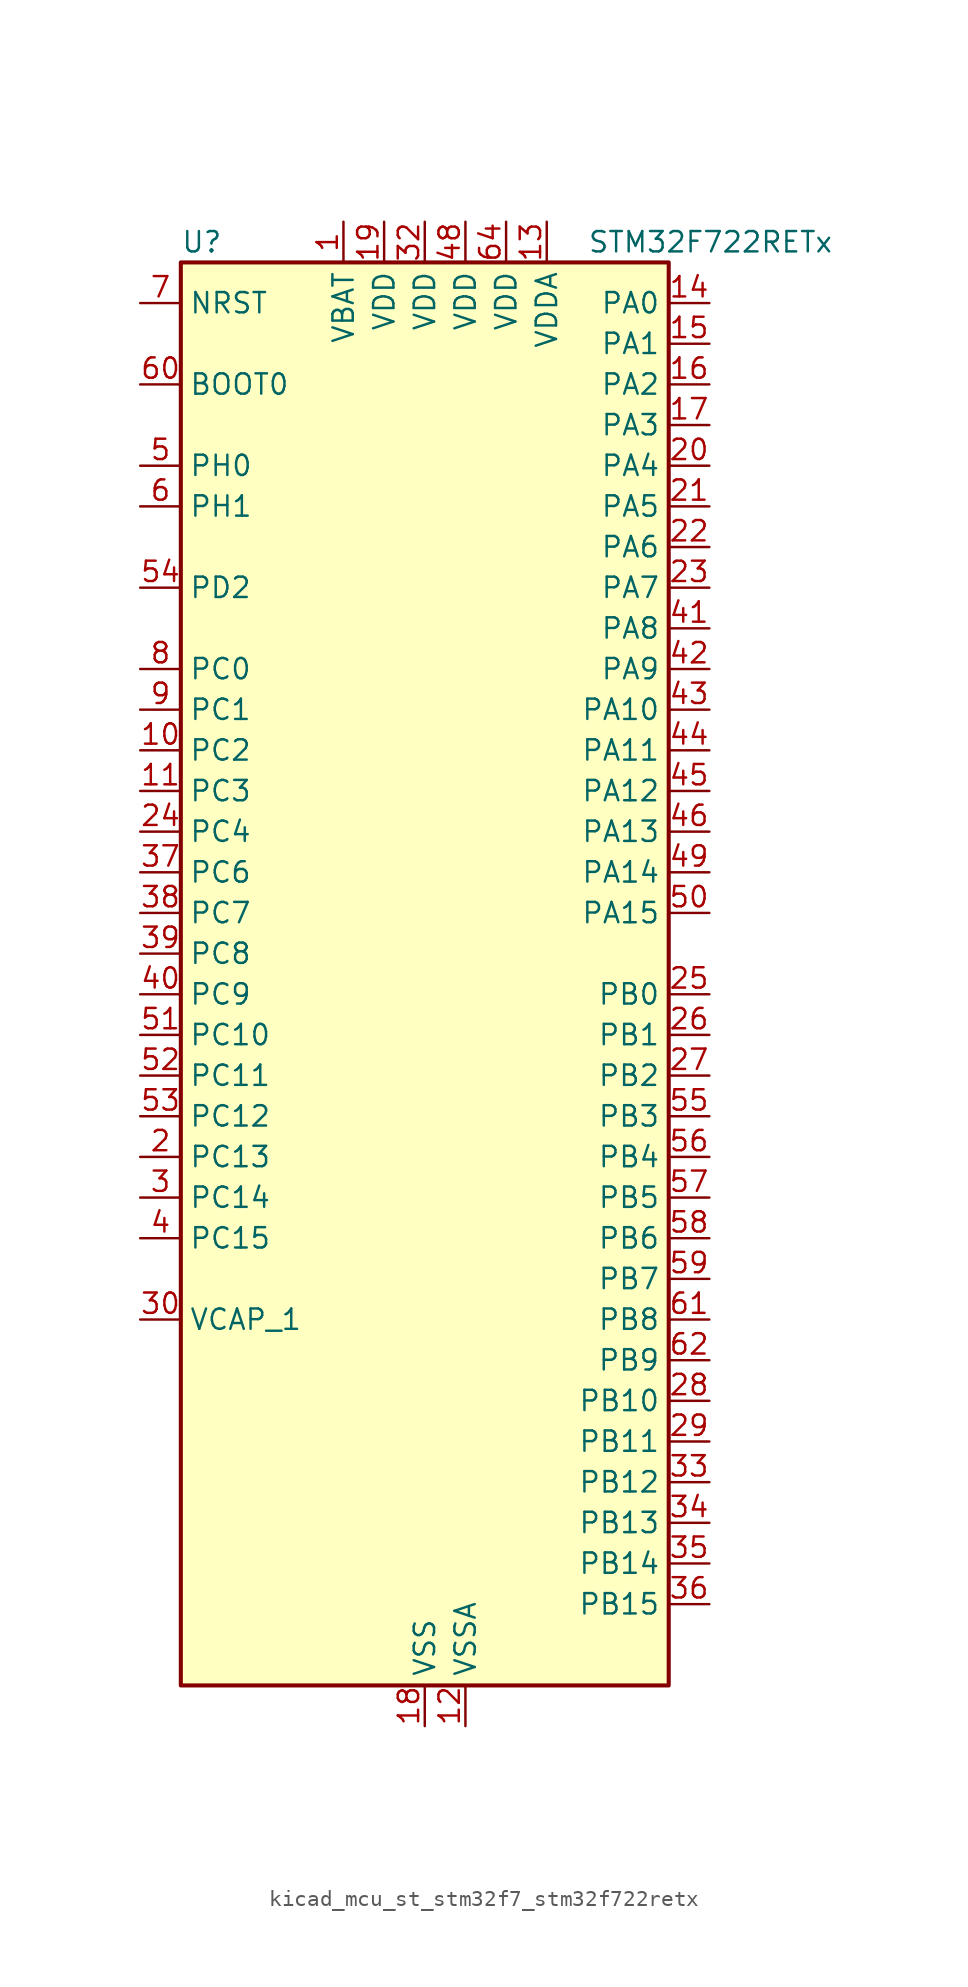
<source format=kicad_sym>
(kicad_symbol_lib
  (version 20220914)
  (generator kicad_symbol_editor)
  (symbol "kicad_mcu_st_stm32f7_stm32f722retx"
    (property "Reference" "U"
      (at -15.24 46.99 0)
      (effects (font (size 1.27 1.27)) (justify left)))
    (property "Value" "STM32F722RETx"
      (at 10.16 46.99 0)
      (effects (font (size 1.27 1.27)) (justify left)))
    (property "ki_locked" ""
      (at 0 0 0)
      (effects (font (size 1.27 1.27))))
    (symbol "kicad_mcu_st_stm32f7_stm32f722retx_0_1"
      (rectangle (start -15.24 -43.18) (end 15.24 45.72) (stroke (width 0.254) (type default)) (fill (type background))))
    (symbol "kicad_mcu_st_stm32f7_stm32f722retx_1_1"
      (pin power_in line (at -5.08 48.26 270) (length 2.54) (name "VBAT" (effects (font (size 1.27 1.27)))) (number "1" (effects (font (size 1.27 1.27)))))
      (pin bidirectional line (at -17.78 15.24 0) (length 2.54) (name "PC2" (effects (font (size 1.27 1.27)))) (number "10" (effects (font (size 1.27 1.27)))) (alternate "ADC1_IN12" bidirectional line) (alternate "ADC2_IN12" bidirectional line) (alternate "ADC3_IN12" bidirectional line) (alternate "SPI2_MISO" bidirectional line) (alternate "USB_OTG_HS_ULPI_DIR" bidirectional line))
      (pin bidirectional line (at -17.78 12.7 0) (length 2.54) (name "PC3" (effects (font (size 1.27 1.27)))) (number "11" (effects (font (size 1.27 1.27)))) (alternate "ADC1_IN13" bidirectional line) (alternate "ADC2_IN13" bidirectional line) (alternate "ADC3_IN13" bidirectional line) (alternate "I2S2_SD" bidirectional line) (alternate "SPI2_MOSI" bidirectional line) (alternate "USB_OTG_HS_ULPI_NXT" bidirectional line))
      (pin power_in line (at 2.54 -45.72 90) (length 2.54) (name "VSSA" (effects (font (size 1.27 1.27)))) (number "12" (effects (font (size 1.27 1.27)))))
      (pin power_in line (at 7.62 48.26 270) (length 2.54) (name "VDDA" (effects (font (size 1.27 1.27)))) (number "13" (effects (font (size 1.27 1.27)))))
      (pin bidirectional line (at 17.78 43.18 180) (length 2.54) (name "PA0" (effects (font (size 1.27 1.27)))) (number "14" (effects (font (size 1.27 1.27)))) (alternate "ADC1_IN0" bidirectional line) (alternate "ADC2_IN0" bidirectional line) (alternate "ADC3_IN0" bidirectional line) (alternate "SAI2_SD_B" bidirectional line) (alternate "SYS_WKUP1" bidirectional line) (alternate "TIM2_CH1" bidirectional line) (alternate "TIM2_ETR" bidirectional line) (alternate "TIM5_CH1" bidirectional line) (alternate "TIM8_ETR" bidirectional line) (alternate "UART4_TX" bidirectional line) (alternate "USART2_CTS" bidirectional line))
      (pin bidirectional line (at 17.78 40.64 180) (length 2.54) (name "PA1" (effects (font (size 1.27 1.27)))) (number "15" (effects (font (size 1.27 1.27)))) (alternate "ADC1_IN1" bidirectional line) (alternate "ADC2_IN1" bidirectional line) (alternate "ADC3_IN1" bidirectional line) (alternate "QUADSPI_BK1_IO3" bidirectional line) (alternate "SAI2_MCLK_B" bidirectional line) (alternate "TIM2_CH2" bidirectional line) (alternate "TIM5_CH2" bidirectional line) (alternate "UART4_RX" bidirectional line) (alternate "USART2_DE" bidirectional line) (alternate "USART2_RTS" bidirectional line))
      (pin bidirectional line (at 17.78 38.1 180) (length 2.54) (name "PA2" (effects (font (size 1.27 1.27)))) (number "16" (effects (font (size 1.27 1.27)))) (alternate "ADC1_IN2" bidirectional line) (alternate "ADC2_IN2" bidirectional line) (alternate "ADC3_IN2" bidirectional line) (alternate "SAI2_SCK_B" bidirectional line) (alternate "SYS_WKUP2" bidirectional line) (alternate "TIM2_CH3" bidirectional line) (alternate "TIM5_CH3" bidirectional line) (alternate "TIM9_CH1" bidirectional line) (alternate "USART2_TX" bidirectional line))
      (pin bidirectional line (at 17.78 35.56 180) (length 2.54) (name "PA3" (effects (font (size 1.27 1.27)))) (number "17" (effects (font (size 1.27 1.27)))) (alternate "ADC1_IN3" bidirectional line) (alternate "ADC2_IN3" bidirectional line) (alternate "ADC3_IN3" bidirectional line) (alternate "TIM2_CH4" bidirectional line) (alternate "TIM5_CH4" bidirectional line) (alternate "TIM9_CH2" bidirectional line) (alternate "USART2_RX" bidirectional line) (alternate "USB_OTG_HS_ULPI_D0" bidirectional line))
      (pin power_in line (at 0 -45.72 90) (length 2.54) (name "VSS" (effects (font (size 1.27 1.27)))) (number "18" (effects (font (size 1.27 1.27)))))
      (pin power_in line (at -2.54 48.26 270) (length 2.54) (name "VDD" (effects (font (size 1.27 1.27)))) (number "19" (effects (font (size 1.27 1.27)))))
      (pin bidirectional line (at -17.78 -10.16 0) (length 2.54) (name "PC13" (effects (font (size 1.27 1.27)))) (number "2" (effects (font (size 1.27 1.27)))) (alternate "RTC_OUT" bidirectional line) (alternate "RTC_TAMP1" bidirectional line) (alternate "RTC_TS" bidirectional line) (alternate "SYS_WKUP4" bidirectional line))
      (pin bidirectional line (at 17.78 33.02 180) (length 2.54) (name "PA4" (effects (font (size 1.27 1.27)))) (number "20" (effects (font (size 1.27 1.27)))) (alternate "ADC1_IN4" bidirectional line) (alternate "ADC2_IN4" bidirectional line) (alternate "DAC_OUT1" bidirectional line) (alternate "I2S1_WS" bidirectional line) (alternate "I2S3_WS" bidirectional line) (alternate "SPI1_NSS" bidirectional line) (alternate "SPI3_NSS" bidirectional line) (alternate "USART2_CK" bidirectional line) (alternate "USB_OTG_HS_SOF" bidirectional line))
      (pin bidirectional line (at 17.78 30.48 180) (length 2.54) (name "PA5" (effects (font (size 1.27 1.27)))) (number "21" (effects (font (size 1.27 1.27)))) (alternate "ADC1_IN5" bidirectional line) (alternate "ADC2_IN5" bidirectional line) (alternate "DAC_OUT2" bidirectional line) (alternate "I2S1_CK" bidirectional line) (alternate "SPI1_SCK" bidirectional line) (alternate "TIM2_CH1" bidirectional line) (alternate "TIM2_ETR" bidirectional line) (alternate "TIM8_CH1N" bidirectional line) (alternate "USB_OTG_HS_ULPI_CK" bidirectional line))
      (pin bidirectional line (at 17.78 27.94 180) (length 2.54) (name "PA6" (effects (font (size 1.27 1.27)))) (number "22" (effects (font (size 1.27 1.27)))) (alternate "ADC1_IN6" bidirectional line) (alternate "ADC2_IN6" bidirectional line) (alternate "SPI1_MISO" bidirectional line) (alternate "TIM13_CH1" bidirectional line) (alternate "TIM1_BKIN" bidirectional line) (alternate "TIM3_CH1" bidirectional line) (alternate "TIM8_BKIN" bidirectional line))
      (pin bidirectional line (at 17.78 25.4 180) (length 2.54) (name "PA7" (effects (font (size 1.27 1.27)))) (number "23" (effects (font (size 1.27 1.27)))) (alternate "ADC1_IN7" bidirectional line) (alternate "ADC2_IN7" bidirectional line) (alternate "I2S1_SD" bidirectional line) (alternate "SPI1_MOSI" bidirectional line) (alternate "TIM14_CH1" bidirectional line) (alternate "TIM1_CH1N" bidirectional line) (alternate "TIM3_CH2" bidirectional line) (alternate "TIM8_CH1N" bidirectional line))
      (pin bidirectional line (at -17.78 10.16 0) (length 2.54) (name "PC4" (effects (font (size 1.27 1.27)))) (number "24" (effects (font (size 1.27 1.27)))) (alternate "ADC1_IN14" bidirectional line) (alternate "ADC2_IN14" bidirectional line) (alternate "I2S1_MCK" bidirectional line))
      (pin bidirectional line (at 17.78 0 180) (length 2.54) (name "PB0" (effects (font (size 1.27 1.27)))) (number "25" (effects (font (size 1.27 1.27)))) (alternate "ADC1_IN8" bidirectional line) (alternate "ADC2_IN8" bidirectional line) (alternate "TIM1_CH2N" bidirectional line) (alternate "TIM3_CH3" bidirectional line) (alternate "TIM8_CH2N" bidirectional line) (alternate "UART4_CTS" bidirectional line) (alternate "USB_OTG_HS_ULPI_D1" bidirectional line))
      (pin bidirectional line (at 17.78 -2.54 180) (length 2.54) (name "PB1" (effects (font (size 1.27 1.27)))) (number "26" (effects (font (size 1.27 1.27)))) (alternate "ADC1_IN9" bidirectional line) (alternate "ADC2_IN9" bidirectional line) (alternate "TIM1_CH3N" bidirectional line) (alternate "TIM3_CH4" bidirectional line) (alternate "TIM8_CH3N" bidirectional line) (alternate "USB_OTG_HS_ULPI_D2" bidirectional line))
      (pin bidirectional line (at 17.78 -5.08 180) (length 2.54) (name "PB2" (effects (font (size 1.27 1.27)))) (number "27" (effects (font (size 1.27 1.27)))) (alternate "I2S3_SD" bidirectional line) (alternate "QUADSPI_CLK" bidirectional line) (alternate "SAI1_SD_A" bidirectional line) (alternate "SPI3_MOSI" bidirectional line))
      (pin bidirectional line (at 17.78 -25.4 180) (length 2.54) (name "PB10" (effects (font (size 1.27 1.27)))) (number "28" (effects (font (size 1.27 1.27)))) (alternate "I2C2_SCL" bidirectional line) (alternate "I2S2_CK" bidirectional line) (alternate "SPI2_SCK" bidirectional line) (alternate "TIM2_CH3" bidirectional line) (alternate "USART3_TX" bidirectional line) (alternate "USB_OTG_HS_ULPI_D3" bidirectional line))
      (pin bidirectional line (at 17.78 -27.94 180) (length 2.54) (name "PB11" (effects (font (size 1.27 1.27)))) (number "29" (effects (font (size 1.27 1.27)))) (alternate "ADC1_EXTI11" bidirectional line) (alternate "ADC2_EXTI11" bidirectional line) (alternate "ADC3_EXTI11" bidirectional line) (alternate "I2C2_SDA" bidirectional line) (alternate "TIM2_CH4" bidirectional line) (alternate "USART3_RX" bidirectional line) (alternate "USB_OTG_HS_ULPI_D4" bidirectional line))
      (pin bidirectional line (at -17.78 -12.7 0) (length 2.54) (name "PC14" (effects (font (size 1.27 1.27)))) (number "3" (effects (font (size 1.27 1.27)))) (alternate "RCC_OSC32_IN" bidirectional line))
      (pin power_out line (at -17.78 -20.32 0) (length 2.54) (name "VCAP_1" (effects (font (size 1.27 1.27)))) (number "30" (effects (font (size 1.27 1.27)))))
      (pin passive line (at 0 -45.72 90) (length 2.54) hide (name "VSS" (effects (font (size 1.27 1.27)))) (number "31" (effects (font (size 1.27 1.27)))))
      (pin power_in line (at 0 48.26 270) (length 2.54) (name "VDD" (effects (font (size 1.27 1.27)))) (number "32" (effects (font (size 1.27 1.27)))))
      (pin bidirectional line (at 17.78 -30.48 180) (length 2.54) (name "PB12" (effects (font (size 1.27 1.27)))) (number "33" (effects (font (size 1.27 1.27)))) (alternate "I2C2_SMBA" bidirectional line) (alternate "I2S2_WS" bidirectional line) (alternate "SPI2_NSS" bidirectional line) (alternate "TIM1_BKIN" bidirectional line) (alternate "USART3_CK" bidirectional line) (alternate "USB_OTG_HS_ID" bidirectional line) (alternate "USB_OTG_HS_ULPI_D5" bidirectional line))
      (pin bidirectional line (at 17.78 -33.02 180) (length 2.54) (name "PB13" (effects (font (size 1.27 1.27)))) (number "34" (effects (font (size 1.27 1.27)))) (alternate "I2S2_CK" bidirectional line) (alternate "SPI2_SCK" bidirectional line) (alternate "TIM1_CH1N" bidirectional line) (alternate "USART3_CTS" bidirectional line) (alternate "USB_OTG_HS_ULPI_D6" bidirectional line) (alternate "USB_OTG_HS_VBUS" bidirectional line))
      (pin bidirectional line (at 17.78 -35.56 180) (length 2.54) (name "PB14" (effects (font (size 1.27 1.27)))) (number "35" (effects (font (size 1.27 1.27)))) (alternate "SPI2_MISO" bidirectional line) (alternate "TIM12_CH1" bidirectional line) (alternate "TIM1_CH2N" bidirectional line) (alternate "TIM8_CH2N" bidirectional line) (alternate "USART3_DE" bidirectional line) (alternate "USART3_RTS" bidirectional line) (alternate "USB_OTG_HS_DM" bidirectional line))
      (pin bidirectional line (at 17.78 -38.1 180) (length 2.54) (name "PB15" (effects (font (size 1.27 1.27)))) (number "36" (effects (font (size 1.27 1.27)))) (alternate "I2S2_SD" bidirectional line) (alternate "RTC_REFIN" bidirectional line) (alternate "SPI2_MOSI" bidirectional line) (alternate "TIM12_CH2" bidirectional line) (alternate "TIM1_CH3N" bidirectional line) (alternate "TIM8_CH3N" bidirectional line) (alternate "USB_OTG_HS_DP" bidirectional line))
      (pin bidirectional line (at -17.78 7.62 0) (length 2.54) (name "PC6" (effects (font (size 1.27 1.27)))) (number "37" (effects (font (size 1.27 1.27)))) (alternate "I2S2_MCK" bidirectional line) (alternate "SDMMC1_D6" bidirectional line) (alternate "TIM3_CH1" bidirectional line) (alternate "TIM8_CH1" bidirectional line) (alternate "USART6_TX" bidirectional line))
      (pin bidirectional line (at -17.78 5.08 0) (length 2.54) (name "PC7" (effects (font (size 1.27 1.27)))) (number "38" (effects (font (size 1.27 1.27)))) (alternate "I2S3_MCK" bidirectional line) (alternate "SDMMC1_D7" bidirectional line) (alternate "TIM3_CH2" bidirectional line) (alternate "TIM8_CH2" bidirectional line) (alternate "USART6_RX" bidirectional line))
      (pin bidirectional line (at -17.78 2.54 0) (length 2.54) (name "PC8" (effects (font (size 1.27 1.27)))) (number "39" (effects (font (size 1.27 1.27)))) (alternate "SDMMC1_D0" bidirectional line) (alternate "SYS_TRACED1" bidirectional line) (alternate "TIM3_CH3" bidirectional line) (alternate "TIM8_CH3" bidirectional line) (alternate "UART5_DE" bidirectional line) (alternate "UART5_RTS" bidirectional line) (alternate "USART6_CK" bidirectional line))
      (pin bidirectional line (at -17.78 -15.24 0) (length 2.54) (name "PC15" (effects (font (size 1.27 1.27)))) (number "4" (effects (font (size 1.27 1.27)))) (alternate "RCC_OSC32_OUT" bidirectional line))
      (pin bidirectional line (at -17.78 0 0) (length 2.54) (name "PC9" (effects (font (size 1.27 1.27)))) (number "40" (effects (font (size 1.27 1.27)))) (alternate "DAC_EXTI9" bidirectional line) (alternate "I2C3_SDA" bidirectional line) (alternate "I2S_CKIN" bidirectional line) (alternate "QUADSPI_BK1_IO0" bidirectional line) (alternate "RCC_MCO_2" bidirectional line) (alternate "SDMMC1_D1" bidirectional line) (alternate "TIM3_CH4" bidirectional line) (alternate "TIM8_CH4" bidirectional line) (alternate "UART5_CTS" bidirectional line))
      (pin bidirectional line (at 17.78 22.86 180) (length 2.54) (name "PA8" (effects (font (size 1.27 1.27)))) (number "41" (effects (font (size 1.27 1.27)))) (alternate "I2C3_SCL" bidirectional line) (alternate "RCC_MCO_1" bidirectional line) (alternate "TIM1_CH1" bidirectional line) (alternate "TIM8_BKIN2" bidirectional line) (alternate "USART1_CK" bidirectional line) (alternate "USB_OTG_FS_SOF" bidirectional line))
      (pin bidirectional line (at 17.78 20.32 180) (length 2.54) (name "PA9" (effects (font (size 1.27 1.27)))) (number "42" (effects (font (size 1.27 1.27)))) (alternate "DAC_EXTI9" bidirectional line) (alternate "I2C3_SMBA" bidirectional line) (alternate "I2S2_CK" bidirectional line) (alternate "SPI2_SCK" bidirectional line) (alternate "TIM1_CH2" bidirectional line) (alternate "USART1_TX" bidirectional line) (alternate "USB_OTG_FS_VBUS" bidirectional line))
      (pin bidirectional line (at 17.78 17.78 180) (length 2.54) (name "PA10" (effects (font (size 1.27 1.27)))) (number "43" (effects (font (size 1.27 1.27)))) (alternate "TIM1_CH3" bidirectional line) (alternate "USART1_RX" bidirectional line) (alternate "USB_OTG_FS_ID" bidirectional line))
      (pin bidirectional line (at 17.78 15.24 180) (length 2.54) (name "PA11" (effects (font (size 1.27 1.27)))) (number "44" (effects (font (size 1.27 1.27)))) (alternate "ADC1_EXTI11" bidirectional line) (alternate "ADC2_EXTI11" bidirectional line) (alternate "ADC3_EXTI11" bidirectional line) (alternate "CAN1_RX" bidirectional line) (alternate "TIM1_CH4" bidirectional line) (alternate "USART1_CTS" bidirectional line) (alternate "USB_OTG_FS_DM" bidirectional line))
      (pin bidirectional line (at 17.78 12.7 180) (length 2.54) (name "PA12" (effects (font (size 1.27 1.27)))) (number "45" (effects (font (size 1.27 1.27)))) (alternate "CAN1_TX" bidirectional line) (alternate "SAI2_FS_B" bidirectional line) (alternate "TIM1_ETR" bidirectional line) (alternate "USART1_DE" bidirectional line) (alternate "USART1_RTS" bidirectional line) (alternate "USB_OTG_FS_DP" bidirectional line))
      (pin bidirectional line (at 17.78 10.16 180) (length 2.54) (name "PA13" (effects (font (size 1.27 1.27)))) (number "46" (effects (font (size 1.27 1.27)))) (alternate "SYS_JTMS-SWDIO" bidirectional line))
      (pin passive line (at 0 -45.72 90) (length 2.54) hide (name "VSS" (effects (font (size 1.27 1.27)))) (number "47" (effects (font (size 1.27 1.27)))))
      (pin power_in line (at 2.54 48.26 270) (length 2.54) (name "VDD" (effects (font (size 1.27 1.27)))) (number "48" (effects (font (size 1.27 1.27)))))
      (pin bidirectional line (at 17.78 7.62 180) (length 2.54) (name "PA14" (effects (font (size 1.27 1.27)))) (number "49" (effects (font (size 1.27 1.27)))) (alternate "SYS_JTCK-SWCLK" bidirectional line))
      (pin bidirectional line (at -17.78 33.02 0) (length 2.54) (name "PH0" (effects (font (size 1.27 1.27)))) (number "5" (effects (font (size 1.27 1.27)))) (alternate "RCC_OSC_IN" bidirectional line))
      (pin bidirectional line (at 17.78 5.08 180) (length 2.54) (name "PA15" (effects (font (size 1.27 1.27)))) (number "50" (effects (font (size 1.27 1.27)))) (alternate "I2S1_WS" bidirectional line) (alternate "I2S3_WS" bidirectional line) (alternate "SPI1_NSS" bidirectional line) (alternate "SPI3_NSS" bidirectional line) (alternate "SYS_JTDI" bidirectional line) (alternate "TIM2_CH1" bidirectional line) (alternate "TIM2_ETR" bidirectional line) (alternate "UART4_DE" bidirectional line) (alternate "UART4_RTS" bidirectional line))
      (pin bidirectional line (at -17.78 -2.54 0) (length 2.54) (name "PC10" (effects (font (size 1.27 1.27)))) (number "51" (effects (font (size 1.27 1.27)))) (alternate "I2S3_CK" bidirectional line) (alternate "QUADSPI_BK1_IO1" bidirectional line) (alternate "SDMMC1_D2" bidirectional line) (alternate "SPI3_SCK" bidirectional line) (alternate "UART4_TX" bidirectional line) (alternate "USART3_TX" bidirectional line))
      (pin bidirectional line (at -17.78 -5.08 0) (length 2.54) (name "PC11" (effects (font (size 1.27 1.27)))) (number "52" (effects (font (size 1.27 1.27)))) (alternate "ADC1_EXTI11" bidirectional line) (alternate "ADC2_EXTI11" bidirectional line) (alternate "ADC3_EXTI11" bidirectional line) (alternate "QUADSPI_BK2_NCS" bidirectional line) (alternate "SDMMC1_D3" bidirectional line) (alternate "SPI3_MISO" bidirectional line) (alternate "UART4_RX" bidirectional line) (alternate "USART3_RX" bidirectional line))
      (pin bidirectional line (at -17.78 -7.62 0) (length 2.54) (name "PC12" (effects (font (size 1.27 1.27)))) (number "53" (effects (font (size 1.27 1.27)))) (alternate "I2S3_SD" bidirectional line) (alternate "SDMMC1_CK" bidirectional line) (alternate "SPI3_MOSI" bidirectional line) (alternate "SYS_TRACED3" bidirectional line) (alternate "UART5_TX" bidirectional line) (alternate "USART3_CK" bidirectional line))
      (pin bidirectional line (at -17.78 25.4 0) (length 2.54) (name "PD2" (effects (font (size 1.27 1.27)))) (number "54" (effects (font (size 1.27 1.27)))) (alternate "SDMMC1_CMD" bidirectional line) (alternate "SYS_TRACED2" bidirectional line) (alternate "TIM3_ETR" bidirectional line) (alternate "UART5_RX" bidirectional line))
      (pin bidirectional line (at 17.78 -7.62 180) (length 2.54) (name "PB3" (effects (font (size 1.27 1.27)))) (number "55" (effects (font (size 1.27 1.27)))) (alternate "I2S1_CK" bidirectional line) (alternate "I2S3_CK" bidirectional line) (alternate "SPI1_SCK" bidirectional line) (alternate "SPI3_SCK" bidirectional line) (alternate "SYS_JTDO-SWO" bidirectional line) (alternate "TIM2_CH2" bidirectional line))
      (pin bidirectional line (at 17.78 -10.16 180) (length 2.54) (name "PB4" (effects (font (size 1.27 1.27)))) (number "56" (effects (font (size 1.27 1.27)))) (alternate "I2S2_WS" bidirectional line) (alternate "SPI1_MISO" bidirectional line) (alternate "SPI2_NSS" bidirectional line) (alternate "SPI3_MISO" bidirectional line) (alternate "SYS_JTRST" bidirectional line) (alternate "TIM3_CH1" bidirectional line))
      (pin bidirectional line (at 17.78 -12.7 180) (length 2.54) (name "PB5" (effects (font (size 1.27 1.27)))) (number "57" (effects (font (size 1.27 1.27)))) (alternate "I2C1_SMBA" bidirectional line) (alternate "I2S1_SD" bidirectional line) (alternate "I2S3_SD" bidirectional line) (alternate "SPI1_MOSI" bidirectional line) (alternate "SPI3_MOSI" bidirectional line) (alternate "TIM3_CH2" bidirectional line) (alternate "USB_OTG_HS_ULPI_D7" bidirectional line))
      (pin bidirectional line (at 17.78 -15.24 180) (length 2.54) (name "PB6" (effects (font (size 1.27 1.27)))) (number "58" (effects (font (size 1.27 1.27)))) (alternate "I2C1_SCL" bidirectional line) (alternate "QUADSPI_BK1_NCS" bidirectional line) (alternate "TIM4_CH1" bidirectional line) (alternate "USART1_TX" bidirectional line))
      (pin bidirectional line (at 17.78 -17.78 180) (length 2.54) (name "PB7" (effects (font (size 1.27 1.27)))) (number "59" (effects (font (size 1.27 1.27)))) (alternate "I2C1_SDA" bidirectional line) (alternate "TIM4_CH2" bidirectional line) (alternate "USART1_RX" bidirectional line))
      (pin bidirectional line (at -17.78 30.48 0) (length 2.54) (name "PH1" (effects (font (size 1.27 1.27)))) (number "6" (effects (font (size 1.27 1.27)))) (alternate "RCC_OSC_OUT" bidirectional line))
      (pin input line (at -17.78 38.1 0) (length 2.54) (name "BOOT0" (effects (font (size 1.27 1.27)))) (number "60" (effects (font (size 1.27 1.27)))))
      (pin bidirectional line (at 17.78 -20.32 180) (length 2.54) (name "PB8" (effects (font (size 1.27 1.27)))) (number "61" (effects (font (size 1.27 1.27)))) (alternate "CAN1_RX" bidirectional line) (alternate "I2C1_SCL" bidirectional line) (alternate "SDMMC1_D4" bidirectional line) (alternate "TIM10_CH1" bidirectional line) (alternate "TIM4_CH3" bidirectional line))
      (pin bidirectional line (at 17.78 -22.86 180) (length 2.54) (name "PB9" (effects (font (size 1.27 1.27)))) (number "62" (effects (font (size 1.27 1.27)))) (alternate "CAN1_TX" bidirectional line) (alternate "DAC_EXTI9" bidirectional line) (alternate "I2C1_SDA" bidirectional line) (alternate "I2S2_WS" bidirectional line) (alternate "SDMMC1_D5" bidirectional line) (alternate "SPI2_NSS" bidirectional line) (alternate "TIM11_CH1" bidirectional line) (alternate "TIM4_CH4" bidirectional line))
      (pin passive line (at 0 -45.72 90) (length 2.54) hide (name "VSS" (effects (font (size 1.27 1.27)))) (number "63" (effects (font (size 1.27 1.27)))))
      (pin power_in line (at 5.08 48.26 270) (length 2.54) (name "VDD" (effects (font (size 1.27 1.27)))) (number "64" (effects (font (size 1.27 1.27)))))
      (pin input line (at -17.78 43.18 0) (length 2.54) (name "NRST" (effects (font (size 1.27 1.27)))) (number "7" (effects (font (size 1.27 1.27)))))
      (pin bidirectional line (at -17.78 20.32 0) (length 2.54) (name "PC0" (effects (font (size 1.27 1.27)))) (number "8" (effects (font (size 1.27 1.27)))) (alternate "ADC1_IN10" bidirectional line) (alternate "ADC2_IN10" bidirectional line) (alternate "ADC3_IN10" bidirectional line) (alternate "SAI2_FS_B" bidirectional line) (alternate "USB_OTG_HS_ULPI_STP" bidirectional line))
      (pin bidirectional line (at -17.78 17.78 0) (length 2.54) (name "PC1" (effects (font (size 1.27 1.27)))) (number "9" (effects (font (size 1.27 1.27)))) (alternate "ADC1_IN11" bidirectional line) (alternate "ADC2_IN11" bidirectional line) (alternate "ADC3_IN11" bidirectional line) (alternate "I2S2_SD" bidirectional line) (alternate "RTC_TAMP3" bidirectional line) (alternate "RTC_TS" bidirectional line) (alternate "SAI1_SD_A" bidirectional line) (alternate "SPI2_MOSI" bidirectional line) (alternate "SYS_TRACED0" bidirectional line) (alternate "SYS_WKUP3" bidirectional line)))))
</source>
